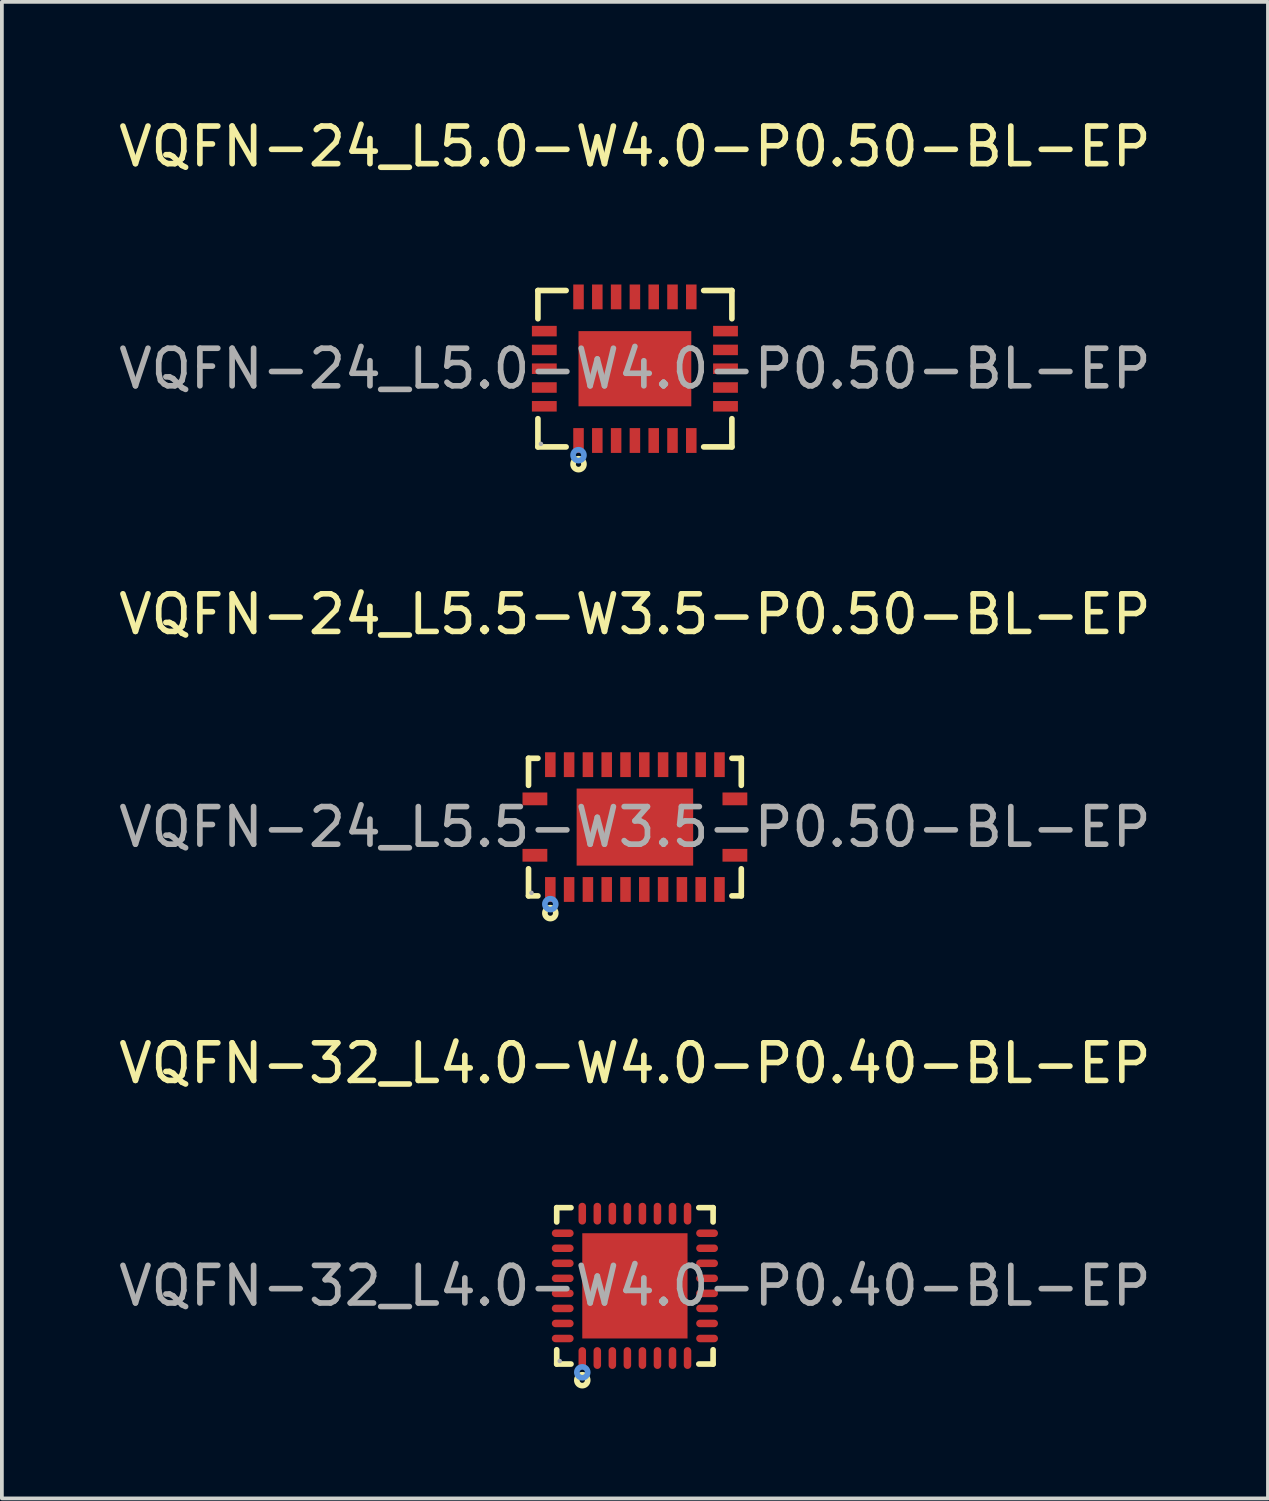
<source format=kicad_pcb>
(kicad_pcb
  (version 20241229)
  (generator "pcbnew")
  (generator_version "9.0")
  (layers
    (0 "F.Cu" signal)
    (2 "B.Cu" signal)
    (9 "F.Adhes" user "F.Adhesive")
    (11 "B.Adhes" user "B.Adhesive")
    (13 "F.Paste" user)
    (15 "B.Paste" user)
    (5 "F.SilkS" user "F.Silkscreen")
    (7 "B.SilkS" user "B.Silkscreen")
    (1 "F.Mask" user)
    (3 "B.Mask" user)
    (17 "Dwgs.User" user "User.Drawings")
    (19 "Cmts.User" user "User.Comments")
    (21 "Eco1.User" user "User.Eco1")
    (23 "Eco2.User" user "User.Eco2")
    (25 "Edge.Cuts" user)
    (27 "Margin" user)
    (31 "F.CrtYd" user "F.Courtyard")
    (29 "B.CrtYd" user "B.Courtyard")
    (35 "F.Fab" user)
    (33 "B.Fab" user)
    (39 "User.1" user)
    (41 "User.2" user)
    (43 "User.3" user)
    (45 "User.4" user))
  (footprint "VQFN-24_L5.0-W4.0-P0.50-BL-EP"
    (layer "F.Cu")
    (at 13.839 6.758)
    (property "Reference" "VQFN-24_L5.0-W4.0-P0.50-BL-EP" (at 0 -5.91 0) (layer "F.SilkS") (effects (font (size 1 1) (thickness 0.15))))
    (attr through_hole)
    (fp_line (start -2.58 -2.08) (end -1.83 -2.08) (stroke (width 0.15) (type solid)) (layer "F.SilkS"))
    (fp_line (start -2.58 -1.33) (end -2.58 -2.08) (stroke (width 0.15) (type solid)) (layer "F.SilkS"))
    (fp_line (start -2.58 1.33) (end -2.58 2.08) (stroke (width 0.15) (type solid)) (layer "F.SilkS"))
    (fp_line (start -2.58 2.08) (end -1.83 2.08) (stroke (width 0.15) (type solid)) (layer "F.SilkS"))
    (fp_line (start 2.58 -2.08) (end 1.83 -2.08) (stroke (width 0.15) (type solid)) (layer "F.SilkS"))
    (fp_line (start 2.58 -1.33) (end 2.58 -2.08) (stroke (width 0.15) (type solid)) (layer "F.SilkS"))
    (fp_line (start 2.58 1.33) (end 2.58 2.08) (stroke (width 0.15) (type solid)) (layer "F.SilkS"))
    (fp_line (start 2.58 2.08) (end 1.83 2.08) (stroke (width 0.15) (type solid)) (layer "F.SilkS"))
    (fp_circle (center -1.5 2.54) (end -1.43 2.54) (stroke (width 0.15) (type solid)) (fill no) (layer "F.SilkS"))
    (fp_circle (center -1.5 2.3) (end -1.43 2.3) (stroke (width 0.15) (type solid)) (fill no) (layer "Cmts.User"))
    (fp_circle (center -2.5 2) (end -2.47 2) (stroke (width 0.06) (type solid)) (fill no) (layer "F.Fab"))
    (fp_text user "${REFERENCE}" (at 0 0 0) (layer "F.Fab") (effects (font (size 1 1) (thickness 0.15))))
    (pad "1" smd rect (at -1.5 1.91) (size 0.28 0.66) (layers "F.Cu" "F.Mask" "F.Paste"))
    (pad "2" smd rect (at -1 1.91) (size 0.28 0.66) (layers "F.Cu" "F.Mask" "F.Paste"))
    (pad "3" smd rect (at -0.5 1.91) (size 0.28 0.66) (layers "F.Cu" "F.Mask" "F.Paste"))
    (pad "4" smd rect (at 0 1.91) (size 0.28 0.66) (layers "F.Cu" "F.Mask" "F.Paste"))
    (pad "5" smd rect (at 0.5 1.91) (size 0.28 0.66) (layers "F.Cu" "F.Mask" "F.Paste"))
    (pad "6" smd rect (at 1 1.91) (size 0.28 0.66) (layers "F.Cu" "F.Mask" "F.Paste"))
    (pad "7" smd rect (at 1.5 1.91) (size 0.28 0.66) (layers "F.Cu" "F.Mask" "F.Paste"))
    (pad "8" smd rect (at 2.41 1) (size 0.66 0.28) (layers "F.Cu" "F.Mask" "F.Paste"))
    (pad "9" smd rect (at 2.41 0.5) (size 0.66 0.28) (layers "F.Cu" "F.Mask" "F.Paste"))
    (pad "10" smd rect (at 2.41 0) (size 0.66 0.28) (layers "F.Cu" "F.Mask" "F.Paste"))
    (pad "11" smd rect (at 2.41 -0.5) (size 0.66 0.28) (layers "F.Cu" "F.Mask" "F.Paste"))
    (pad "12" smd rect (at 2.41 -1) (size 0.66 0.28) (layers "F.Cu" "F.Mask" "F.Paste"))
    (pad "13" smd rect (at 1.5 -1.91) (size 0.28 0.66) (layers "F.Cu" "F.Mask" "F.Paste"))
    (pad "14" smd rect (at 1 -1.91) (size 0.28 0.66) (layers "F.Cu" "F.Mask" "F.Paste"))
    (pad "15" smd rect (at 0.5 -1.91) (size 0.28 0.66) (layers "F.Cu" "F.Mask" "F.Paste"))
    (pad "16" smd rect (at 0 -1.91) (size 0.28 0.66) (layers "F.Cu" "F.Mask" "F.Paste"))
    (pad "17" smd rect (at -0.5 -1.91) (size 0.28 0.66) (layers "F.Cu" "F.Mask" "F.Paste"))
    (pad "18" smd rect (at -1 -1.91) (size 0.28 0.66) (layers "F.Cu" "F.Mask" "F.Paste"))
    (pad "19" smd rect (at -1.5 -1.91) (size 0.28 0.66) (layers "F.Cu" "F.Mask" "F.Paste"))
    (pad "20" smd rect (at -2.41 -1) (size 0.66 0.28) (layers "F.Cu" "F.Mask" "F.Paste"))
    (pad "21" smd rect (at -2.41 -0.5) (size 0.66 0.28) (layers "F.Cu" "F.Mask" "F.Paste"))
    (pad "22" smd rect (at -2.41 0) (size 0.66 0.28) (layers "F.Cu" "F.Mask" "F.Paste"))
    (pad "23" smd rect (at -2.41 0.5) (size 0.66 0.28) (layers "F.Cu" "F.Mask" "F.Paste"))
    (pad "24" smd rect (at -2.41 1) (size 0.66 0.28) (layers "F.Cu" "F.Mask" "F.Paste"))
    (pad "25" smd rect (at 0 0) (size 3 2) (layers "F.Cu" "F.Mask" "F.Paste")))
  (footprint "VQFN-32_L4.0-W4.0-P0.40-BL-EP"
    (layer "F.Cu")
    (at 13.839 31.155)
    (property "Reference" "VQFN-32_L4.0-W4.0-P0.40-BL-EP" (at 0 -5.92 0) (layer "F.SilkS") (effects (font (size 1 1) (thickness 0.15))))
    (attr through_hole)
    (fp_line (start -2.08 -2.08) (end -1.7 -2.08) (stroke (width 0.15) (type solid)) (layer "F.SilkS"))
    (fp_line (start -2.08 -1.7) (end -2.08 -2.08) (stroke (width 0.15) (type solid)) (layer "F.SilkS"))
    (fp_line (start -2.08 1.7) (end -2.08 2.08) (stroke (width 0.15) (type solid)) (layer "F.SilkS"))
    (fp_line (start -2.08 2.08) (end -1.7 2.08) (stroke (width 0.15) (type solid)) (layer "F.SilkS"))
    (fp_line (start 2.08 -2.08) (end 1.7 -2.08) (stroke (width 0.15) (type solid)) (layer "F.SilkS"))
    (fp_line (start 2.08 -1.7) (end 2.08 -2.08) (stroke (width 0.15) (type solid)) (layer "F.SilkS"))
    (fp_line (start 2.08 1.7) (end 2.08 2.08) (stroke (width 0.15) (type solid)) (layer "F.SilkS"))
    (fp_line (start 2.08 2.08) (end 1.7 2.08) (stroke (width 0.15) (type solid)) (layer "F.SilkS"))
    (fp_circle (center -1.4 2.51) (end -1.33 2.51) (stroke (width 0.15) (type solid)) (fill no) (layer "F.SilkS"))
    (fp_circle (center -1.4 2.3) (end -1.33 2.3) (stroke (width 0.15) (type solid)) (fill no) (layer "Cmts.User"))
    (fp_circle (center -2 2) (end -1.97 2) (stroke (width 0.06) (type solid)) (fill no) (layer "F.Fab"))
    (fp_text user "${REFERENCE}" (at 0 0 0) (layer "F.Fab") (effects (font (size 1 1) (thickness 0.15))))
    (pad "1" smd oval (at -1.4 1.92) (size 0.2 0.58) (layers "F.Cu" "F.Mask" "F.Paste"))
    (pad "2" smd oval (at -1 1.92) (size 0.2 0.58) (layers "F.Cu" "F.Mask" "F.Paste"))
    (pad "3" smd oval (at -0.6 1.92) (size 0.2 0.58) (layers "F.Cu" "F.Mask" "F.Paste"))
    (pad "4" smd oval (at -0.2 1.92) (size 0.2 0.58) (layers "F.Cu" "F.Mask" "F.Paste"))
    (pad "5" smd oval (at 0.2 1.92) (size 0.2 0.58) (layers "F.Cu" "F.Mask" "F.Paste"))
    (pad "6" smd oval (at 0.6 1.92) (size 0.2 0.58) (layers "F.Cu" "F.Mask" "F.Paste"))
    (pad "7" smd oval (at 1 1.92) (size 0.2 0.58) (layers "F.Cu" "F.Mask" "F.Paste"))
    (pad "8" smd oval (at 1.4 1.92) (size 0.2 0.58) (layers "F.Cu" "F.Mask" "F.Paste"))
    (pad "9" smd oval (at 1.92 1.4) (size 0.58 0.2) (layers "F.Cu" "F.Mask" "F.Paste"))
    (pad "10" smd oval (at 1.92 1) (size 0.58 0.2) (layers "F.Cu" "F.Mask" "F.Paste"))
    (pad "11" smd oval (at 1.92 0.6) (size 0.58 0.2) (layers "F.Cu" "F.Mask" "F.Paste"))
    (pad "12" smd oval (at 1.92 0.2) (size 0.58 0.2) (layers "F.Cu" "F.Mask" "F.Paste"))
    (pad "13" smd oval (at 1.92 -0.2) (size 0.58 0.2) (layers "F.Cu" "F.Mask" "F.Paste"))
    (pad "14" smd oval (at 1.92 -0.6) (size 0.58 0.2) (layers "F.Cu" "F.Mask" "F.Paste"))
    (pad "15" smd oval (at 1.92 -1) (size 0.58 0.2) (layers "F.Cu" "F.Mask" "F.Paste"))
    (pad "16" smd oval (at 1.92 -1.4) (size 0.58 0.2) (layers "F.Cu" "F.Mask" "F.Paste"))
    (pad "17" smd oval (at 1.4 -1.92) (size 0.2 0.58) (layers "F.Cu" "F.Mask" "F.Paste"))
    (pad "18" smd oval (at 1 -1.92) (size 0.2 0.58) (layers "F.Cu" "F.Mask" "F.Paste"))
    (pad "19" smd oval (at 0.6 -1.92) (size 0.2 0.58) (layers "F.Cu" "F.Mask" "F.Paste"))
    (pad "20" smd oval (at 0.2 -1.92) (size 0.2 0.58) (layers "F.Cu" "F.Mask" "F.Paste"))
    (pad "21" smd oval (at -0.2 -1.92) (size 0.2 0.58) (layers "F.Cu" "F.Mask" "F.Paste"))
    (pad "22" smd oval (at -0.6 -1.92) (size 0.2 0.58) (layers "F.Cu" "F.Mask" "F.Paste"))
    (pad "23" smd oval (at -1 -1.92) (size 0.2 0.58) (layers "F.Cu" "F.Mask" "F.Paste"))
    (pad "24" smd oval (at -1.4 -1.92) (size 0.2 0.58) (layers "F.Cu" "F.Mask" "F.Paste"))
    (pad "25" smd oval (at -1.92 -1.4) (size 0.58 0.2) (layers "F.Cu" "F.Mask" "F.Paste"))
    (pad "26" smd oval (at -1.92 -1) (size 0.58 0.2) (layers "F.Cu" "F.Mask" "F.Paste"))
    (pad "27" smd oval (at -1.92 -0.6) (size 0.58 0.2) (layers "F.Cu" "F.Mask" "F.Paste"))
    (pad "28" smd oval (at -1.92 -0.2) (size 0.58 0.2) (layers "F.Cu" "F.Mask" "F.Paste"))
    (pad "29" smd oval (at -1.92 0.2) (size 0.58 0.2) (layers "F.Cu" "F.Mask" "F.Paste"))
    (pad "30" smd oval (at -1.92 0.6) (size 0.58 0.2) (layers "F.Cu" "F.Mask" "F.Paste"))
    (pad "31" smd oval (at -1.92 1) (size 0.58 0.2) (layers "F.Cu" "F.Mask" "F.Paste"))
    (pad "32" smd oval (at -1.92 1.4) (size 0.58 0.2) (layers "F.Cu" "F.Mask" "F.Paste"))
    (pad "33" smd rect (at 0 0) (size 2.8 2.8) (layers "F.Cu" "F.Mask" "F.Paste")))
  (footprint "VQFN-24_L5.5-W3.5-P0.50-BL-EP"
    (layer "F.Cu")
    (at 13.839 18.951)
    (property "Reference" "VQFN-24_L5.5-W3.5-P0.50-BL-EP" (at 0 -5.66 0) (layer "F.SilkS") (effects (font (size 1 1) (thickness 0.15))))
    (attr through_hole)
    (fp_line (start -2.83 -1.83) (end -2.58 -1.83) (stroke (width 0.15) (type solid)) (layer "F.SilkS"))
    (fp_line (start -2.83 -1.11) (end -2.83 -1.83) (stroke (width 0.15) (type solid)) (layer "F.SilkS"))
    (fp_line (start -2.83 1.11) (end -2.83 1.83) (stroke (width 0.15) (type solid)) (layer "F.SilkS"))
    (fp_line (start -2.83 1.83) (end -2.58 1.83) (stroke (width 0.15) (type solid)) (layer "F.SilkS"))
    (fp_line (start 2.83 -1.83) (end 2.58 -1.83) (stroke (width 0.15) (type solid)) (layer "F.SilkS"))
    (fp_line (start 2.83 -1.11) (end 2.83 -1.83) (stroke (width 0.15) (type solid)) (layer "F.SilkS"))
    (fp_line (start 2.83 1.11) (end 2.83 1.83) (stroke (width 0.15) (type solid)) (layer "F.SilkS"))
    (fp_line (start 2.83 1.83) (end 2.58 1.83) (stroke (width 0.15) (type solid)) (layer "F.SilkS"))
    (fp_circle (center -2.25 2.29) (end -2.18 2.29) (stroke (width 0.15) (type solid)) (fill no) (layer "F.SilkS"))
    (fp_circle (center -2.25 2.05) (end -2.18 2.05) (stroke (width 0.15) (type solid)) (fill no) (layer "Cmts.User"))
    (fp_circle (center -2.75 1.75) (end -2.72 1.75) (stroke (width 0.06) (type solid)) (fill no) (layer "F.Fab"))
    (fp_text user "${REFERENCE}" (at 0 0 0) (layer "F.Fab") (effects (font (size 1 1) (thickness 0.15))))
    (pad "1" smd rect (at -2.25 1.66) (size 0.28 0.66) (layers "F.Cu" "F.Mask" "F.Paste"))
    (pad "2" smd rect (at -1.75 1.66) (size 0.28 0.66) (layers "F.Cu" "F.Mask" "F.Paste"))
    (pad "3" smd rect (at -1.25 1.66) (size 0.28 0.66) (layers "F.Cu" "F.Mask" "F.Paste"))
    (pad "4" smd rect (at -0.75 1.66) (size 0.28 0.66) (layers "F.Cu" "F.Mask" "F.Paste"))
    (pad "5" smd rect (at -0.25 1.66) (size 0.28 0.66) (layers "F.Cu" "F.Mask" "F.Paste"))
    (pad "6" smd rect (at 0.25 1.66) (size 0.28 0.66) (layers "F.Cu" "F.Mask" "F.Paste"))
    (pad "7" smd rect (at 0.75 1.66) (size 0.28 0.66) (layers "F.Cu" "F.Mask" "F.Paste"))
    (pad "8" smd rect (at 1.25 1.66) (size 0.28 0.66) (layers "F.Cu" "F.Mask" "F.Paste"))
    (pad "9" smd rect (at 1.75 1.66) (size 0.28 0.66) (layers "F.Cu" "F.Mask" "F.Paste"))
    (pad "10" smd rect (at 2.25 1.66) (size 0.28 0.66) (layers "F.Cu" "F.Mask" "F.Paste"))
    (pad "11" smd rect (at 2.66 0.75) (size 0.66 0.34) (layers "F.Cu" "F.Mask" "F.Paste"))
    (pad "12" smd rect (at 2.66 -0.75) (size 0.66 0.34) (layers "F.Cu" "F.Mask" "F.Paste"))
    (pad "13" smd rect (at 2.25 -1.66) (size 0.28 0.66) (layers "F.Cu" "F.Mask" "F.Paste"))
    (pad "14" smd rect (at 1.75 -1.66) (size 0.28 0.66) (layers "F.Cu" "F.Mask" "F.Paste"))
    (pad "15" smd rect (at 1.25 -1.66) (size 0.28 0.66) (layers "F.Cu" "F.Mask" "F.Paste"))
    (pad "16" smd rect (at 0.75 -1.66) (size 0.28 0.66) (layers "F.Cu" "F.Mask" "F.Paste"))
    (pad "17" smd rect (at 0.25 -1.66) (size 0.28 0.66) (layers "F.Cu" "F.Mask" "F.Paste"))
    (pad "18" smd rect (at -0.25 -1.66) (size 0.28 0.66) (layers "F.Cu" "F.Mask" "F.Paste"))
    (pad "19" smd rect (at -0.75 -1.66) (size 0.28 0.66) (layers "F.Cu" "F.Mask" "F.Paste"))
    (pad "20" smd rect (at -1.25 -1.66) (size 0.28 0.66) (layers "F.Cu" "F.Mask" "F.Paste"))
    (pad "21" smd rect (at -1.75 -1.66) (size 0.28 0.66) (layers "F.Cu" "F.Mask" "F.Paste"))
    (pad "22" smd rect (at -2.25 -1.66) (size 0.28 0.66) (layers "F.Cu" "F.Mask" "F.Paste"))
    (pad "23" smd rect (at -2.66 -0.75) (size 0.66 0.34) (layers "F.Cu" "F.Mask" "F.Paste"))
    (pad "24" smd rect (at -2.66 0.75) (size 0.66 0.34) (layers "F.Cu" "F.Mask" "F.Paste"))
    (pad "25" smd rect (at 0 0) (size 3.1 2.05) (layers "F.Cu" "F.Mask" "F.Paste")))
  (gr_rect
    (start -3 -3)
    (end 30.679 36.81)
    (stroke (width 0.1) (type default))
    (fill no)
    (layer "Edge.Cuts")))
</source>
